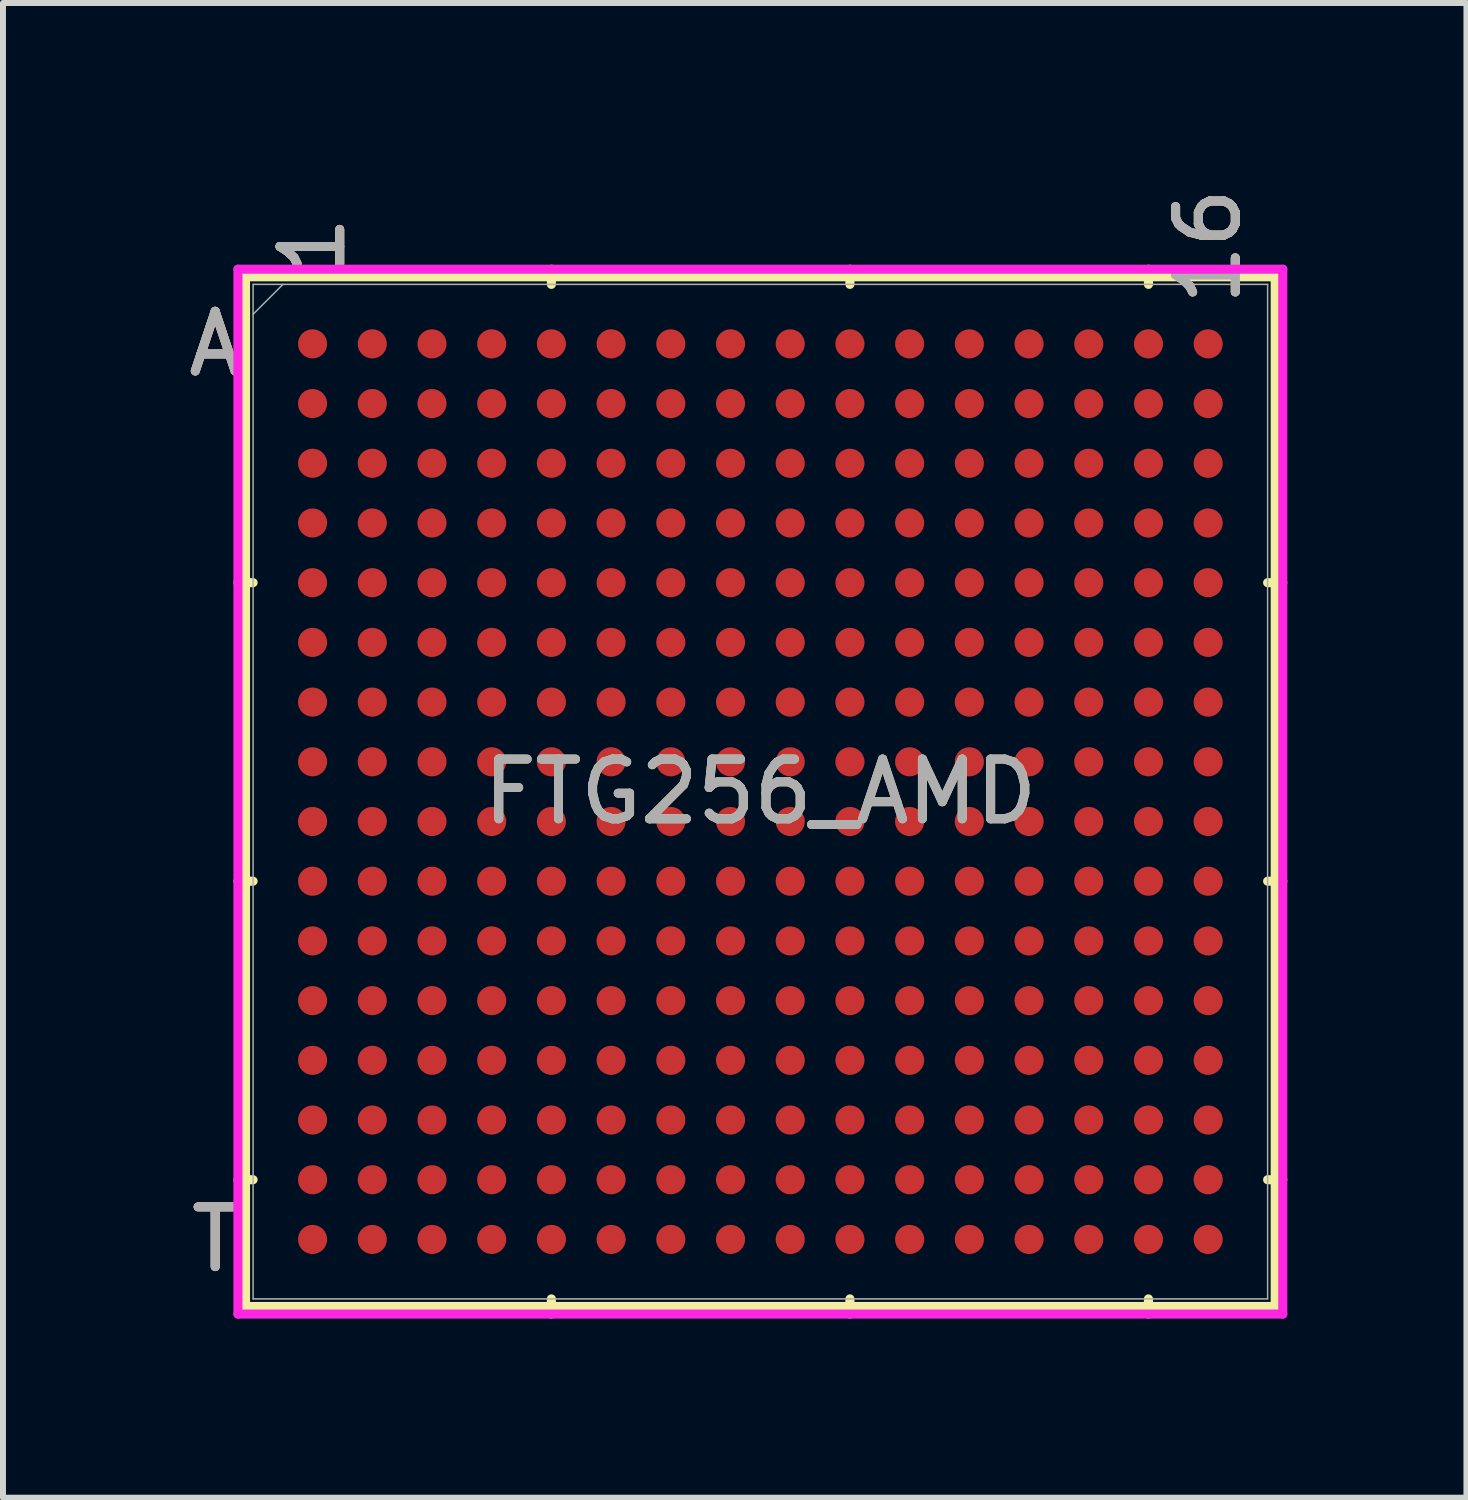
<source format=kicad_pcb>
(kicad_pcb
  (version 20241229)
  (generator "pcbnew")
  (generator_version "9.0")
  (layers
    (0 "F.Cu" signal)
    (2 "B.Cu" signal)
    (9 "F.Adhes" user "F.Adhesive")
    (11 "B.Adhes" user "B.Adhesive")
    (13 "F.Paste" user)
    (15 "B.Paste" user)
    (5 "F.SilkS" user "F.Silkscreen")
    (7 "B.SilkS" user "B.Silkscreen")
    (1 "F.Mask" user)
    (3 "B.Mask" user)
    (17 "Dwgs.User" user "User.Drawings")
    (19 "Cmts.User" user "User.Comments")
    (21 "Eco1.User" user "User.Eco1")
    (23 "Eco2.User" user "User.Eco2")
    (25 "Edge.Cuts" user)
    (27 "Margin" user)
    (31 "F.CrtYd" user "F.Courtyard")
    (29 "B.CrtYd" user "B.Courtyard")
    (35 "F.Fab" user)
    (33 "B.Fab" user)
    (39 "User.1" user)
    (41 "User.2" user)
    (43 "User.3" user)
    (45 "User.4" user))
  (footprint "FTG256_AMD"
    (layer "F.Cu")
    (at 9.685 10.209)
    (property "Reference" "FTG256_AMD" (at 0 0 0) (unlocked yes) (layer "F.SilkS") (effects (font (size 1 1) (thickness 0.15))))
    (attr smd)
    (fp_line (start -8.623 -8.623) (end -8.623 8.623) (stroke (width 0.152) (type solid)) (layer "F.SilkS"))
    (fp_line (start -8.623 8.623) (end 8.623 8.623) (stroke (width 0.152) (type solid)) (layer "F.SilkS"))
    (fp_line (start -8.496 -3.5) (end -8.75 -3.5) (stroke (width 0.152) (type solid)) (layer "F.SilkS"))
    (fp_line (start -8.496 1.5) (end -8.75 1.5) (stroke (width 0.152) (type solid)) (layer "F.SilkS"))
    (fp_line (start -8.496 6.5) (end -8.75 6.5) (stroke (width 0.152) (type solid)) (layer "F.SilkS"))
    (fp_line (start -3.5 -8.496) (end -3.5 -8.75) (stroke (width 0.152) (type solid)) (layer "F.SilkS"))
    (fp_line (start -3.5 8.496) (end -3.5 8.75) (stroke (width 0.152) (type solid)) (layer "F.SilkS"))
    (fp_line (start 1.5 -8.496) (end 1.5 -8.75) (stroke (width 0.152) (type solid)) (layer "F.SilkS"))
    (fp_line (start 1.5 8.496) (end 1.5 8.75) (stroke (width 0.152) (type solid)) (layer "F.SilkS"))
    (fp_line (start 6.5 -8.496) (end 6.5 -8.75) (stroke (width 0.152) (type solid)) (layer "F.SilkS"))
    (fp_line (start 6.5 8.496) (end 6.5 8.75) (stroke (width 0.152) (type solid)) (layer "F.SilkS"))
    (fp_line (start 8.496 -3.5) (end 8.75 -3.5) (stroke (width 0.152) (type solid)) (layer "F.SilkS"))
    (fp_line (start 8.496 1.5) (end 8.75 1.5) (stroke (width 0.152) (type solid)) (layer "F.SilkS"))
    (fp_line (start 8.496 6.5) (end 8.75 6.5) (stroke (width 0.152) (type solid)) (layer "F.SilkS"))
    (fp_line (start 8.623 -8.623) (end -8.623 -8.623) (stroke (width 0.152) (type solid)) (layer "F.SilkS"))
    (fp_line (start 8.623 8.623) (end 8.623 -8.623) (stroke (width 0.152) (type solid)) (layer "F.SilkS"))
    (fp_poly (pts (xy -8.508 -8.508) (xy 8.508 -8.508) (xy 8.508 8.508) (xy -8.508 8.508)) (stroke (width 0.1) (type solid)) (fill no) (layer "Eco2.User"))
    (fp_line (start -8.75 -8.75) (end 8.75 -8.75) (stroke (width 0.152) (type solid)) (layer "F.CrtYd"))
    (fp_line (start -8.75 8.75) (end -8.75 -8.75) (stroke (width 0.152) (type solid)) (layer "F.CrtYd"))
    (fp_line (start 8.75 -8.75) (end 8.75 8.75) (stroke (width 0.152) (type solid)) (layer "F.CrtYd"))
    (fp_line (start 8.75 8.75) (end -8.75 8.75) (stroke (width 0.152) (type solid)) (layer "F.CrtYd"))
    (fp_line (start -8.496 -8.496) (end -8.496 8.496) (stroke (width 0.025) (type solid)) (layer "F.Fab"))
    (fp_line (start -8.496 8.496) (end 8.496 8.496) (stroke (width 0.025) (type solid)) (layer "F.Fab"))
    (fp_line (start -7.996 -8.496) (end -8.496 -7.996) (stroke (width 0.025) (type solid)) (layer "F.Fab"))
    (fp_line (start 8.496 -8.496) (end -8.496 -8.496) (stroke (width 0.025) (type solid)) (layer "F.Fab"))
    (fp_line (start 8.496 8.496) (end 8.496 -8.496) (stroke (width 0.025) (type solid)) (layer "F.Fab"))
    (fp_text user "T" (at -9.131 7.5 0) (unlocked yes) (layer "F.SilkS") (effects (font (size 1 1) (thickness 0.15))))
    (fp_text user "1" (at -7.5 -9.131 90) (unlocked yes) (layer "F.SilkS") (effects (font (size 1 1) (thickness 0.15))))
    (fp_text user "A" (at -9.131 -7.5 0) (unlocked yes) (layer "F.SilkS") (effects (font (size 1 1) (thickness 0.15))))
    (fp_text user "16" (at 7.5 -9.131 90) (unlocked yes) (layer "F.SilkS") (effects (font (size 1 1) (thickness 0.15))))
    (fp_text user "1" (at -7.5 -9.131 90) (unlocked yes) (layer "B.SilkS") (effects (font (size 1 1) (thickness 0.15))))
    (fp_text user "16" (at 7.5 -9.131 90) (unlocked yes) (layer "B.SilkS") (effects (font (size 1 1) (thickness 0.15))))
    (fp_text user "A" (at -9.131 -7.5 0) (unlocked yes) (layer "B.SilkS") (effects (font (size 1 1) (thickness 0.15))))
    (fp_text user "T" (at -9.131 7.5 0) (unlocked yes) (layer "B.SilkS") (effects (font (size 1 1) (thickness 0.15))))
    (fp_text user "${REFERENCE}" (at 0 0 0) (unlocked yes) (layer "F.Fab") (effects (font (size 1 1) (thickness 0.15))))
    (fp_text user "1" (at -7.5 -9.131 90) (unlocked yes) (layer "F.Fab") (effects (font (size 1 1) (thickness 0.15))))
    (fp_text user "T" (at -9.131 7.5 0) (unlocked yes) (layer "F.Fab") (effects (font (size 1 1) (thickness 0.15))))
    (fp_text user "A" (at -9.131 -7.5 0) (unlocked yes) (layer "F.Fab") (effects (font (size 1 1) (thickness 0.15))))
    (fp_text user "16" (at 7.5 -9.131 90) (unlocked yes) (layer "F.Fab") (effects (font (size 1 1) (thickness 0.15))))
    (pad "A1" smd circle (at -7.5 -7.5) (size 0.488 0.488) (layers "F.Cu" "F.Mask" "F.Paste"))
    (pad "A2" smd circle (at -6.5 -7.5) (size 0.488 0.488) (layers "F.Cu" "F.Mask" "F.Paste"))
    (pad "A3" smd circle (at -5.5 -7.5) (size 0.488 0.488) (layers "F.Cu" "F.Mask" "F.Paste"))
    (pad "A4" smd circle (at -4.5 -7.5) (size 0.488 0.488) (layers "F.Cu" "F.Mask" "F.Paste"))
    (pad "A5" smd circle (at -3.5 -7.5) (size 0.488 0.488) (layers "F.Cu" "F.Mask" "F.Paste"))
    (pad "A6" smd circle (at -2.5 -7.5) (size 0.488 0.488) (layers "F.Cu" "F.Mask" "F.Paste"))
    (pad "A7" smd circle (at -1.5 -7.5) (size 0.488 0.488) (layers "F.Cu" "F.Mask" "F.Paste"))
    (pad "A8" smd circle (at -0.5 -7.5) (size 0.488 0.488) (layers "F.Cu" "F.Mask" "F.Paste"))
    (pad "A9" smd circle (at 0.5 -7.5) (size 0.488 0.488) (layers "F.Cu" "F.Mask" "F.Paste"))
    (pad "A10" smd circle (at 1.5 -7.5) (size 0.488 0.488) (layers "F.Cu" "F.Mask" "F.Paste"))
    (pad "A11" smd circle (at 2.5 -7.5) (size 0.488 0.488) (layers "F.Cu" "F.Mask" "F.Paste"))
    (pad "A12" smd circle (at 3.5 -7.5) (size 0.488 0.488) (layers "F.Cu" "F.Mask" "F.Paste"))
    (pad "A13" smd circle (at 4.5 -7.5) (size 0.488 0.488) (layers "F.Cu" "F.Mask" "F.Paste"))
    (pad "A14" smd circle (at 5.5 -7.5) (size 0.488 0.488) (layers "F.Cu" "F.Mask" "F.Paste"))
    (pad "A15" smd circle (at 6.5 -7.5) (size 0.488 0.488) (layers "F.Cu" "F.Mask" "F.Paste"))
    (pad "A16" smd circle (at 7.5 -7.5) (size 0.488 0.488) (layers "F.Cu" "F.Mask" "F.Paste"))
    (pad "B1" smd circle (at -7.5 -6.5) (size 0.488 0.488) (layers "F.Cu" "F.Mask" "F.Paste"))
    (pad "B2" smd circle (at -6.5 -6.5) (size 0.488 0.488) (layers "F.Cu" "F.Mask" "F.Paste"))
    (pad "B3" smd circle (at -5.5 -6.5) (size 0.488 0.488) (layers "F.Cu" "F.Mask" "F.Paste"))
    (pad "B4" smd circle (at -4.5 -6.5) (size 0.488 0.488) (layers "F.Cu" "F.Mask" "F.Paste"))
    (pad "B5" smd circle (at -3.5 -6.5) (size 0.488 0.488) (layers "F.Cu" "F.Mask" "F.Paste"))
    (pad "B6" smd circle (at -2.5 -6.5) (size 0.488 0.488) (layers "F.Cu" "F.Mask" "F.Paste"))
    (pad "B7" smd circle (at -1.5 -6.5) (size 0.488 0.488) (layers "F.Cu" "F.Mask" "F.Paste"))
    (pad "B8" smd circle (at -0.5 -6.5) (size 0.488 0.488) (layers "F.Cu" "F.Mask" "F.Paste"))
    (pad "B9" smd circle (at 0.5 -6.5) (size 0.488 0.488) (layers "F.Cu" "F.Mask" "F.Paste"))
    (pad "B10" smd circle (at 1.5 -6.5) (size 0.488 0.488) (layers "F.Cu" "F.Mask" "F.Paste"))
    (pad "B11" smd circle (at 2.5 -6.5) (size 0.488 0.488) (layers "F.Cu" "F.Mask" "F.Paste"))
    (pad "B12" smd circle (at 3.5 -6.5) (size 0.488 0.488) (layers "F.Cu" "F.Mask" "F.Paste"))
    (pad "B13" smd circle (at 4.5 -6.5) (size 0.488 0.488) (layers "F.Cu" "F.Mask" "F.Paste"))
    (pad "B14" smd circle (at 5.5 -6.5) (size 0.488 0.488) (layers "F.Cu" "F.Mask" "F.Paste"))
    (pad "B15" smd circle (at 6.5 -6.5) (size 0.488 0.488) (layers "F.Cu" "F.Mask" "F.Paste"))
    (pad "B16" smd circle (at 7.5 -6.5) (size 0.488 0.488) (layers "F.Cu" "F.Mask" "F.Paste"))
    (pad "C1" smd circle (at -7.5 -5.5) (size 0.488 0.488) (layers "F.Cu" "F.Mask" "F.Paste"))
    (pad "C2" smd circle (at -6.5 -5.5) (size 0.488 0.488) (layers "F.Cu" "F.Mask" "F.Paste"))
    (pad "C3" smd circle (at -5.5 -5.5) (size 0.488 0.488) (layers "F.Cu" "F.Mask" "F.Paste"))
    (pad "C4" smd circle (at -4.5 -5.5) (size 0.488 0.488) (layers "F.Cu" "F.Mask" "F.Paste"))
    (pad "C5" smd circle (at -3.5 -5.5) (size 0.488 0.488) (layers "F.Cu" "F.Mask" "F.Paste"))
    (pad "C6" smd circle (at -2.5 -5.5) (size 0.488 0.488) (layers "F.Cu" "F.Mask" "F.Paste"))
    (pad "C7" smd circle (at -1.5 -5.5) (size 0.488 0.488) (layers "F.Cu" "F.Mask" "F.Paste"))
    (pad "C8" smd circle (at -0.5 -5.5) (size 0.488 0.488) (layers "F.Cu" "F.Mask" "F.Paste"))
    (pad "C9" smd circle (at 0.5 -5.5) (size 0.488 0.488) (layers "F.Cu" "F.Mask" "F.Paste"))
    (pad "C10" smd circle (at 1.5 -5.5) (size 0.488 0.488) (layers "F.Cu" "F.Mask" "F.Paste"))
    (pad "C11" smd circle (at 2.5 -5.5) (size 0.488 0.488) (layers "F.Cu" "F.Mask" "F.Paste"))
    (pad "C12" smd circle (at 3.5 -5.5) (size 0.488 0.488) (layers "F.Cu" "F.Mask" "F.Paste"))
    (pad "C13" smd circle (at 4.5 -5.5) (size 0.488 0.488) (layers "F.Cu" "F.Mask" "F.Paste"))
    (pad "C14" smd circle (at 5.5 -5.5) (size 0.488 0.488) (layers "F.Cu" "F.Mask" "F.Paste"))
    (pad "C15" smd circle (at 6.5 -5.5) (size 0.488 0.488) (layers "F.Cu" "F.Mask" "F.Paste"))
    (pad "C16" smd circle (at 7.5 -5.5) (size 0.488 0.488) (layers "F.Cu" "F.Mask" "F.Paste"))
    (pad "D1" smd circle (at -7.5 -4.5) (size 0.488 0.488) (layers "F.Cu" "F.Mask" "F.Paste"))
    (pad "D2" smd circle (at -6.5 -4.5) (size 0.488 0.488) (layers "F.Cu" "F.Mask" "F.Paste"))
    (pad "D3" smd circle (at -5.5 -4.5) (size 0.488 0.488) (layers "F.Cu" "F.Mask" "F.Paste"))
    (pad "D4" smd circle (at -4.5 -4.5) (size 0.488 0.488) (layers "F.Cu" "F.Mask" "F.Paste"))
    (pad "D5" smd circle (at -3.5 -4.5) (size 0.488 0.488) (layers "F.Cu" "F.Mask" "F.Paste"))
    (pad "D6" smd circle (at -2.5 -4.5) (size 0.488 0.488) (layers "F.Cu" "F.Mask" "F.Paste"))
    (pad "D7" smd circle (at -1.5 -4.5) (size 0.488 0.488) (layers "F.Cu" "F.Mask" "F.Paste"))
    (pad "D8" smd circle (at -0.5 -4.5) (size 0.488 0.488) (layers "F.Cu" "F.Mask" "F.Paste"))
    (pad "D9" smd circle (at 0.5 -4.5) (size 0.488 0.488) (layers "F.Cu" "F.Mask" "F.Paste"))
    (pad "D10" smd circle (at 1.5 -4.5) (size 0.488 0.488) (layers "F.Cu" "F.Mask" "F.Paste"))
    (pad "D11" smd circle (at 2.5 -4.5) (size 0.488 0.488) (layers "F.Cu" "F.Mask" "F.Paste"))
    (pad "D12" smd circle (at 3.5 -4.5) (size 0.488 0.488) (layers "F.Cu" "F.Mask" "F.Paste"))
    (pad "D13" smd circle (at 4.5 -4.5) (size 0.488 0.488) (layers "F.Cu" "F.Mask" "F.Paste"))
    (pad "D14" smd circle (at 5.5 -4.5) (size 0.488 0.488) (layers "F.Cu" "F.Mask" "F.Paste"))
    (pad "D15" smd circle (at 6.5 -4.5) (size 0.488 0.488) (layers "F.Cu" "F.Mask" "F.Paste"))
    (pad "D16" smd circle (at 7.5 -4.5) (size 0.488 0.488) (layers "F.Cu" "F.Mask" "F.Paste"))
    (pad "E1" smd circle (at -7.5 -3.5) (size 0.488 0.488) (layers "F.Cu" "F.Mask" "F.Paste"))
    (pad "E2" smd circle (at -6.5 -3.5) (size 0.488 0.488) (layers "F.Cu" "F.Mask" "F.Paste"))
    (pad "E3" smd circle (at -5.5 -3.5) (size 0.488 0.488) (layers "F.Cu" "F.Mask" "F.Paste"))
    (pad "E4" smd circle (at -4.5 -3.5) (size 0.488 0.488) (layers "F.Cu" "F.Mask" "F.Paste"))
    (pad "E5" smd circle (at -3.5 -3.5) (size 0.488 0.488) (layers "F.Cu" "F.Mask" "F.Paste"))
    (pad "E6" smd circle (at -2.5 -3.5) (size 0.488 0.488) (layers "F.Cu" "F.Mask" "F.Paste"))
    (pad "E7" smd circle (at -1.5 -3.5) (size 0.488 0.488) (layers "F.Cu" "F.Mask" "F.Paste"))
    (pad "E8" smd circle (at -0.5 -3.5) (size 0.488 0.488) (layers "F.Cu" "F.Mask" "F.Paste"))
    (pad "E9" smd circle (at 0.5 -3.5) (size 0.488 0.488) (layers "F.Cu" "F.Mask" "F.Paste"))
    (pad "E10" smd circle (at 1.5 -3.5) (size 0.488 0.488) (layers "F.Cu" "F.Mask" "F.Paste"))
    (pad "E11" smd circle (at 2.5 -3.5) (size 0.488 0.488) (layers "F.Cu" "F.Mask" "F.Paste"))
    (pad "E12" smd circle (at 3.5 -3.5) (size 0.488 0.488) (layers "F.Cu" "F.Mask" "F.Paste"))
    (pad "E13" smd circle (at 4.5 -3.5) (size 0.488 0.488) (layers "F.Cu" "F.Mask" "F.Paste"))
    (pad "E14" smd circle (at 5.5 -3.5) (size 0.488 0.488) (layers "F.Cu" "F.Mask" "F.Paste"))
    (pad "E15" smd circle (at 6.5 -3.5) (size 0.488 0.488) (layers "F.Cu" "F.Mask" "F.Paste"))
    (pad "E16" smd circle (at 7.5 -3.5) (size 0.488 0.488) (layers "F.Cu" "F.Mask" "F.Paste"))
    (pad "F1" smd circle (at -7.5 -2.5) (size 0.488 0.488) (layers "F.Cu" "F.Mask" "F.Paste"))
    (pad "F2" smd circle (at -6.5 -2.5) (size 0.488 0.488) (layers "F.Cu" "F.Mask" "F.Paste"))
    (pad "F3" smd circle (at -5.5 -2.5) (size 0.488 0.488) (layers "F.Cu" "F.Mask" "F.Paste"))
    (pad "F4" smd circle (at -4.5 -2.5) (size 0.488 0.488) (layers "F.Cu" "F.Mask" "F.Paste"))
    (pad "F5" smd circle (at -3.5 -2.5) (size 0.488 0.488) (layers "F.Cu" "F.Mask" "F.Paste"))
    (pad "F6" smd circle (at -2.5 -2.5) (size 0.488 0.488) (layers "F.Cu" "F.Mask" "F.Paste"))
    (pad "F7" smd circle (at -1.5 -2.5) (size 0.488 0.488) (layers "F.Cu" "F.Mask" "F.Paste"))
    (pad "F8" smd circle (at -0.5 -2.5) (size 0.488 0.488) (layers "F.Cu" "F.Mask" "F.Paste"))
    (pad "F9" smd circle (at 0.5 -2.5) (size 0.488 0.488) (layers "F.Cu" "F.Mask" "F.Paste"))
    (pad "F10" smd circle (at 1.5 -2.5) (size 0.488 0.488) (layers "F.Cu" "F.Mask" "F.Paste"))
    (pad "F11" smd circle (at 2.5 -2.5) (size 0.488 0.488) (layers "F.Cu" "F.Mask" "F.Paste"))
    (pad "F12" smd circle (at 3.5 -2.5) (size 0.488 0.488) (layers "F.Cu" "F.Mask" "F.Paste"))
    (pad "F13" smd circle (at 4.5 -2.5) (size 0.488 0.488) (layers "F.Cu" "F.Mask" "F.Paste"))
    (pad "F14" smd circle (at 5.5 -2.5) (size 0.488 0.488) (layers "F.Cu" "F.Mask" "F.Paste"))
    (pad "F15" smd circle (at 6.5 -2.5) (size 0.488 0.488) (layers "F.Cu" "F.Mask" "F.Paste"))
    (pad "F16" smd circle (at 7.5 -2.5) (size 0.488 0.488) (layers "F.Cu" "F.Mask" "F.Paste"))
    (pad "G1" smd circle (at -7.5 -1.5) (size 0.488 0.488) (layers "F.Cu" "F.Mask" "F.Paste"))
    (pad "G2" smd circle (at -6.5 -1.5) (size 0.488 0.488) (layers "F.Cu" "F.Mask" "F.Paste"))
    (pad "G3" smd circle (at -5.5 -1.5) (size 0.488 0.488) (layers "F.Cu" "F.Mask" "F.Paste"))
    (pad "G4" smd circle (at -4.5 -1.5) (size 0.488 0.488) (layers "F.Cu" "F.Mask" "F.Paste"))
    (pad "G5" smd circle (at -3.5 -1.5) (size 0.488 0.488) (layers "F.Cu" "F.Mask" "F.Paste"))
    (pad "G6" smd circle (at -2.5 -1.5) (size 0.488 0.488) (layers "F.Cu" "F.Mask" "F.Paste"))
    (pad "G7" smd circle (at -1.5 -1.5) (size 0.488 0.488) (layers "F.Cu" "F.Mask" "F.Paste"))
    (pad "G8" smd circle (at -0.5 -1.5) (size 0.488 0.488) (layers "F.Cu" "F.Mask" "F.Paste"))
    (pad "G9" smd circle (at 0.5 -1.5) (size 0.488 0.488) (layers "F.Cu" "F.Mask" "F.Paste"))
    (pad "G10" smd circle (at 1.5 -1.5) (size 0.488 0.488) (layers "F.Cu" "F.Mask" "F.Paste"))
    (pad "G11" smd circle (at 2.5 -1.5) (size 0.488 0.488) (layers "F.Cu" "F.Mask" "F.Paste"))
    (pad "G12" smd circle (at 3.5 -1.5) (size 0.488 0.488) (layers "F.Cu" "F.Mask" "F.Paste"))
    (pad "G13" smd circle (at 4.5 -1.5) (size 0.488 0.488) (layers "F.Cu" "F.Mask" "F.Paste"))
    (pad "G14" smd circle (at 5.5 -1.5) (size 0.488 0.488) (layers "F.Cu" "F.Mask" "F.Paste"))
    (pad "G15" smd circle (at 6.5 -1.5) (size 0.488 0.488) (layers "F.Cu" "F.Mask" "F.Paste"))
    (pad "G16" smd circle (at 7.5 -1.5) (size 0.488 0.488) (layers "F.Cu" "F.Mask" "F.Paste"))
    (pad "H1" smd circle (at -7.5 -0.5) (size 0.488 0.488) (layers "F.Cu" "F.Mask" "F.Paste"))
    (pad "H2" smd circle (at -6.5 -0.5) (size 0.488 0.488) (layers "F.Cu" "F.Mask" "F.Paste"))
    (pad "H3" smd circle (at -5.5 -0.5) (size 0.488 0.488) (layers "F.Cu" "F.Mask" "F.Paste"))
    (pad "H4" smd circle (at -4.5 -0.5) (size 0.488 0.488) (layers "F.Cu" "F.Mask" "F.Paste"))
    (pad "H5" smd circle (at -3.5 -0.5) (size 0.488 0.488) (layers "F.Cu" "F.Mask" "F.Paste"))
    (pad "H6" smd circle (at -2.5 -0.5) (size 0.488 0.488) (layers "F.Cu" "F.Mask" "F.Paste"))
    (pad "H7" smd circle (at -1.5 -0.5) (size 0.488 0.488) (layers "F.Cu" "F.Mask" "F.Paste"))
    (pad "H8" smd circle (at -0.5 -0.5) (size 0.488 0.488) (layers "F.Cu" "F.Mask" "F.Paste"))
    (pad "H9" smd circle (at 0.5 -0.5) (size 0.488 0.488) (layers "F.Cu" "F.Mask" "F.Paste"))
    (pad "H10" smd circle (at 1.5 -0.5) (size 0.488 0.488) (layers "F.Cu" "F.Mask" "F.Paste"))
    (pad "H11" smd circle (at 2.5 -0.5) (size 0.488 0.488) (layers "F.Cu" "F.Mask" "F.Paste"))
    (pad "H12" smd circle (at 3.5 -0.5) (size 0.488 0.488) (layers "F.Cu" "F.Mask" "F.Paste"))
    (pad "H13" smd circle (at 4.5 -0.5) (size 0.488 0.488) (layers "F.Cu" "F.Mask" "F.Paste"))
    (pad "H14" smd circle (at 5.5 -0.5) (size 0.488 0.488) (layers "F.Cu" "F.Mask" "F.Paste"))
    (pad "H15" smd circle (at 6.5 -0.5) (size 0.488 0.488) (layers "F.Cu" "F.Mask" "F.Paste"))
    (pad "H16" smd circle (at 7.5 -0.5) (size 0.488 0.488) (layers "F.Cu" "F.Mask" "F.Paste"))
    (pad "J1" smd circle (at -7.5 0.5) (size 0.488 0.488) (layers "F.Cu" "F.Mask" "F.Paste"))
    (pad "J2" smd circle (at -6.5 0.5) (size 0.488 0.488) (layers "F.Cu" "F.Mask" "F.Paste"))
    (pad "J3" smd circle (at -5.5 0.5) (size 0.488 0.488) (layers "F.Cu" "F.Mask" "F.Paste"))
    (pad "J4" smd circle (at -4.5 0.5) (size 0.488 0.488) (layers "F.Cu" "F.Mask" "F.Paste"))
    (pad "J5" smd circle (at -3.5 0.5) (size 0.488 0.488) (layers "F.Cu" "F.Mask" "F.Paste"))
    (pad "J6" smd circle (at -2.5 0.5) (size 0.488 0.488) (layers "F.Cu" "F.Mask" "F.Paste"))
    (pad "J7" smd circle (at -1.5 0.5) (size 0.488 0.488) (layers "F.Cu" "F.Mask" "F.Paste"))
    (pad "J8" smd circle (at -0.5 0.5) (size 0.488 0.488) (layers "F.Cu" "F.Mask" "F.Paste"))
    (pad "J9" smd circle (at 0.5 0.5) (size 0.488 0.488) (layers "F.Cu" "F.Mask" "F.Paste"))
    (pad "J10" smd circle (at 1.5 0.5) (size 0.488 0.488) (layers "F.Cu" "F.Mask" "F.Paste"))
    (pad "J11" smd circle (at 2.5 0.5) (size 0.488 0.488) (layers "F.Cu" "F.Mask" "F.Paste"))
    (pad "J12" smd circle (at 3.5 0.5) (size 0.488 0.488) (layers "F.Cu" "F.Mask" "F.Paste"))
    (pad "J13" smd circle (at 4.5 0.5) (size 0.488 0.488) (layers "F.Cu" "F.Mask" "F.Paste"))
    (pad "J14" smd circle (at 5.5 0.5) (size 0.488 0.488) (layers "F.Cu" "F.Mask" "F.Paste"))
    (pad "J15" smd circle (at 6.5 0.5) (size 0.488 0.488) (layers "F.Cu" "F.Mask" "F.Paste"))
    (pad "J16" smd circle (at 7.5 0.5) (size 0.488 0.488) (layers "F.Cu" "F.Mask" "F.Paste"))
    (pad "K1" smd circle (at -7.5 1.5) (size 0.488 0.488) (layers "F.Cu" "F.Mask" "F.Paste"))
    (pad "K2" smd circle (at -6.5 1.5) (size 0.488 0.488) (layers "F.Cu" "F.Mask" "F.Paste"))
    (pad "K3" smd circle (at -5.5 1.5) (size 0.488 0.488) (layers "F.Cu" "F.Mask" "F.Paste"))
    (pad "K4" smd circle (at -4.5 1.5) (size 0.488 0.488) (layers "F.Cu" "F.Mask" "F.Paste"))
    (pad "K5" smd circle (at -3.5 1.5) (size 0.488 0.488) (layers "F.Cu" "F.Mask" "F.Paste"))
    (pad "K6" smd circle (at -2.5 1.5) (size 0.488 0.488) (layers "F.Cu" "F.Mask" "F.Paste"))
    (pad "K7" smd circle (at -1.5 1.5) (size 0.488 0.488) (layers "F.Cu" "F.Mask" "F.Paste"))
    (pad "K8" smd circle (at -0.5 1.5) (size 0.488 0.488) (layers "F.Cu" "F.Mask" "F.Paste"))
    (pad "K9" smd circle (at 0.5 1.5) (size 0.488 0.488) (layers "F.Cu" "F.Mask" "F.Paste"))
    (pad "K10" smd circle (at 1.5 1.5) (size 0.488 0.488) (layers "F.Cu" "F.Mask" "F.Paste"))
    (pad "K11" smd circle (at 2.5 1.5) (size 0.488 0.488) (layers "F.Cu" "F.Mask" "F.Paste"))
    (pad "K12" smd circle (at 3.5 1.5) (size 0.488 0.488) (layers "F.Cu" "F.Mask" "F.Paste"))
    (pad "K13" smd circle (at 4.5 1.5) (size 0.488 0.488) (layers "F.Cu" "F.Mask" "F.Paste"))
    (pad "K14" smd circle (at 5.5 1.5) (size 0.488 0.488) (layers "F.Cu" "F.Mask" "F.Paste"))
    (pad "K15" smd circle (at 6.5 1.5) (size 0.488 0.488) (layers "F.Cu" "F.Mask" "F.Paste"))
    (pad "K16" smd circle (at 7.5 1.5) (size 0.488 0.488) (layers "F.Cu" "F.Mask" "F.Paste"))
    (pad "L1" smd circle (at -7.5 2.5) (size 0.488 0.488) (layers "F.Cu" "F.Mask" "F.Paste"))
    (pad "L2" smd circle (at -6.5 2.5) (size 0.488 0.488) (layers "F.Cu" "F.Mask" "F.Paste"))
    (pad "L3" smd circle (at -5.5 2.5) (size 0.488 0.488) (layers "F.Cu" "F.Mask" "F.Paste"))
    (pad "L4" smd circle (at -4.5 2.5) (size 0.488 0.488) (layers "F.Cu" "F.Mask" "F.Paste"))
    (pad "L5" smd circle (at -3.5 2.5) (size 0.488 0.488) (layers "F.Cu" "F.Mask" "F.Paste"))
    (pad "L6" smd circle (at -2.5 2.5) (size 0.488 0.488) (layers "F.Cu" "F.Mask" "F.Paste"))
    (pad "L7" smd circle (at -1.5 2.5) (size 0.488 0.488) (layers "F.Cu" "F.Mask" "F.Paste"))
    (pad "L8" smd circle (at -0.5 2.5) (size 0.488 0.488) (layers "F.Cu" "F.Mask" "F.Paste"))
    (pad "L9" smd circle (at 0.5 2.5) (size 0.488 0.488) (layers "F.Cu" "F.Mask" "F.Paste"))
    (pad "L10" smd circle (at 1.5 2.5) (size 0.488 0.488) (layers "F.Cu" "F.Mask" "F.Paste"))
    (pad "L11" smd circle (at 2.5 2.5) (size 0.488 0.488) (layers "F.Cu" "F.Mask" "F.Paste"))
    (pad "L12" smd circle (at 3.5 2.5) (size 0.488 0.488) (layers "F.Cu" "F.Mask" "F.Paste"))
    (pad "L13" smd circle (at 4.5 2.5) (size 0.488 0.488) (layers "F.Cu" "F.Mask" "F.Paste"))
    (pad "L14" smd circle (at 5.5 2.5) (size 0.488 0.488) (layers "F.Cu" "F.Mask" "F.Paste"))
    (pad "L15" smd circle (at 6.5 2.5) (size 0.488 0.488) (layers "F.Cu" "F.Mask" "F.Paste"))
    (pad "L16" smd circle (at 7.5 2.5) (size 0.488 0.488) (layers "F.Cu" "F.Mask" "F.Paste"))
    (pad "M1" smd circle (at -7.5 3.5) (size 0.488 0.488) (layers "F.Cu" "F.Mask" "F.Paste"))
    (pad "M2" smd circle (at -6.5 3.5) (size 0.488 0.488) (layers "F.Cu" "F.Mask" "F.Paste"))
    (pad "M3" smd circle (at -5.5 3.5) (size 0.488 0.488) (layers "F.Cu" "F.Mask" "F.Paste"))
    (pad "M4" smd circle (at -4.5 3.5) (size 0.488 0.488) (layers "F.Cu" "F.Mask" "F.Paste"))
    (pad "M5" smd circle (at -3.5 3.5) (size 0.488 0.488) (layers "F.Cu" "F.Mask" "F.Paste"))
    (pad "M6" smd circle (at -2.5 3.5) (size 0.488 0.488) (layers "F.Cu" "F.Mask" "F.Paste"))
    (pad "M7" smd circle (at -1.5 3.5) (size 0.488 0.488) (layers "F.Cu" "F.Mask" "F.Paste"))
    (pad "M8" smd circle (at -0.5 3.5) (size 0.488 0.488) (layers "F.Cu" "F.Mask" "F.Paste"))
    (pad "M9" smd circle (at 0.5 3.5) (size 0.488 0.488) (layers "F.Cu" "F.Mask" "F.Paste"))
    (pad "M10" smd circle (at 1.5 3.5) (size 0.488 0.488) (layers "F.Cu" "F.Mask" "F.Paste"))
    (pad "M11" smd circle (at 2.5 3.5) (size 0.488 0.488) (layers "F.Cu" "F.Mask" "F.Paste"))
    (pad "M12" smd circle (at 3.5 3.5) (size 0.488 0.488) (layers "F.Cu" "F.Mask" "F.Paste"))
    (pad "M13" smd circle (at 4.5 3.5) (size 0.488 0.488) (layers "F.Cu" "F.Mask" "F.Paste"))
    (pad "M14" smd circle (at 5.5 3.5) (size 0.488 0.488) (layers "F.Cu" "F.Mask" "F.Paste"))
    (pad "M15" smd circle (at 6.5 3.5) (size 0.488 0.488) (layers "F.Cu" "F.Mask" "F.Paste"))
    (pad "M16" smd circle (at 7.5 3.5) (size 0.488 0.488) (layers "F.Cu" "F.Mask" "F.Paste"))
    (pad "N1" smd circle (at -7.5 4.5) (size 0.488 0.488) (layers "F.Cu" "F.Mask" "F.Paste"))
    (pad "N2" smd circle (at -6.5 4.5) (size 0.488 0.488) (layers "F.Cu" "F.Mask" "F.Paste"))
    (pad "N3" smd circle (at -5.5 4.5) (size 0.488 0.488) (layers "F.Cu" "F.Mask" "F.Paste"))
    (pad "N4" smd circle (at -4.5 4.5) (size 0.488 0.488) (layers "F.Cu" "F.Mask" "F.Paste"))
    (pad "N5" smd circle (at -3.5 4.5) (size 0.488 0.488) (layers "F.Cu" "F.Mask" "F.Paste"))
    (pad "N6" smd circle (at -2.5 4.5) (size 0.488 0.488) (layers "F.Cu" "F.Mask" "F.Paste"))
    (pad "N7" smd circle (at -1.5 4.5) (size 0.488 0.488) (layers "F.Cu" "F.Mask" "F.Paste"))
    (pad "N8" smd circle (at -0.5 4.5) (size 0.488 0.488) (layers "F.Cu" "F.Mask" "F.Paste"))
    (pad "N9" smd circle (at 0.5 4.5) (size 0.488 0.488) (layers "F.Cu" "F.Mask" "F.Paste"))
    (pad "N10" smd circle (at 1.5 4.5) (size 0.488 0.488) (layers "F.Cu" "F.Mask" "F.Paste"))
    (pad "N11" smd circle (at 2.5 4.5) (size 0.488 0.488) (layers "F.Cu" "F.Mask" "F.Paste"))
    (pad "N12" smd circle (at 3.5 4.5) (size 0.488 0.488) (layers "F.Cu" "F.Mask" "F.Paste"))
    (pad "N13" smd circle (at 4.5 4.5) (size 0.488 0.488) (layers "F.Cu" "F.Mask" "F.Paste"))
    (pad "N14" smd circle (at 5.5 4.5) (size 0.488 0.488) (layers "F.Cu" "F.Mask" "F.Paste"))
    (pad "N15" smd circle (at 6.5 4.5) (size 0.488 0.488) (layers "F.Cu" "F.Mask" "F.Paste"))
    (pad "N16" smd circle (at 7.5 4.5) (size 0.488 0.488) (layers "F.Cu" "F.Mask" "F.Paste"))
    (pad "P1" smd circle (at -7.5 5.5) (size 0.488 0.488) (layers "F.Cu" "F.Mask" "F.Paste"))
    (pad "P2" smd circle (at -6.5 5.5) (size 0.488 0.488) (layers "F.Cu" "F.Mask" "F.Paste"))
    (pad "P3" smd circle (at -5.5 5.5) (size 0.488 0.488) (layers "F.Cu" "F.Mask" "F.Paste"))
    (pad "P4" smd circle (at -4.5 5.5) (size 0.488 0.488) (layers "F.Cu" "F.Mask" "F.Paste"))
    (pad "P5" smd circle (at -3.5 5.5) (size 0.488 0.488) (layers "F.Cu" "F.Mask" "F.Paste"))
    (pad "P6" smd circle (at -2.5 5.5) (size 0.488 0.488) (layers "F.Cu" "F.Mask" "F.Paste"))
    (pad "P7" smd circle (at -1.5 5.5) (size 0.488 0.488) (layers "F.Cu" "F.Mask" "F.Paste"))
    (pad "P8" smd circle (at -0.5 5.5) (size 0.488 0.488) (layers "F.Cu" "F.Mask" "F.Paste"))
    (pad "P9" smd circle (at 0.5 5.5) (size 0.488 0.488) (layers "F.Cu" "F.Mask" "F.Paste"))
    (pad "P10" smd circle (at 1.5 5.5) (size 0.488 0.488) (layers "F.Cu" "F.Mask" "F.Paste"))
    (pad "P11" smd circle (at 2.5 5.5) (size 0.488 0.488) (layers "F.Cu" "F.Mask" "F.Paste"))
    (pad "P12" smd circle (at 3.5 5.5) (size 0.488 0.488) (layers "F.Cu" "F.Mask" "F.Paste"))
    (pad "P13" smd circle (at 4.5 5.5) (size 0.488 0.488) (layers "F.Cu" "F.Mask" "F.Paste"))
    (pad "P14" smd circle (at 5.5 5.5) (size 0.488 0.488) (layers "F.Cu" "F.Mask" "F.Paste"))
    (pad "P15" smd circle (at 6.5 5.5) (size 0.488 0.488) (layers "F.Cu" "F.Mask" "F.Paste"))
    (pad "P16" smd circle (at 7.5 5.5) (size 0.488 0.488) (layers "F.Cu" "F.Mask" "F.Paste"))
    (pad "R1" smd circle (at -7.5 6.5) (size 0.488 0.488) (layers "F.Cu" "F.Mask" "F.Paste"))
    (pad "R2" smd circle (at -6.5 6.5) (size 0.488 0.488) (layers "F.Cu" "F.Mask" "F.Paste"))
    (pad "R3" smd circle (at -5.5 6.5) (size 0.488 0.488) (layers "F.Cu" "F.Mask" "F.Paste"))
    (pad "R4" smd circle (at -4.5 6.5) (size 0.488 0.488) (layers "F.Cu" "F.Mask" "F.Paste"))
    (pad "R5" smd circle (at -3.5 6.5) (size 0.488 0.488) (layers "F.Cu" "F.Mask" "F.Paste"))
    (pad "R6" smd circle (at -2.5 6.5) (size 0.488 0.488) (layers "F.Cu" "F.Mask" "F.Paste"))
    (pad "R7" smd circle (at -1.5 6.5) (size 0.488 0.488) (layers "F.Cu" "F.Mask" "F.Paste"))
    (pad "R8" smd circle (at -0.5 6.5) (size 0.488 0.488) (layers "F.Cu" "F.Mask" "F.Paste"))
    (pad "R9" smd circle (at 0.5 6.5) (size 0.488 0.488) (layers "F.Cu" "F.Mask" "F.Paste"))
    (pad "R10" smd circle (at 1.5 6.5) (size 0.488 0.488) (layers "F.Cu" "F.Mask" "F.Paste"))
    (pad "R11" smd circle (at 2.5 6.5) (size 0.488 0.488) (layers "F.Cu" "F.Mask" "F.Paste"))
    (pad "R12" smd circle (at 3.5 6.5) (size 0.488 0.488) (layers "F.Cu" "F.Mask" "F.Paste"))
    (pad "R13" smd circle (at 4.5 6.5) (size 0.488 0.488) (layers "F.Cu" "F.Mask" "F.Paste"))
    (pad "R14" smd circle (at 5.5 6.5) (size 0.488 0.488) (layers "F.Cu" "F.Mask" "F.Paste"))
    (pad "R15" smd circle (at 6.5 6.5) (size 0.488 0.488) (layers "F.Cu" "F.Mask" "F.Paste"))
    (pad "R16" smd circle (at 7.5 6.5) (size 0.488 0.488) (layers "F.Cu" "F.Mask" "F.Paste"))
    (pad "T1" smd circle (at -7.5 7.5) (size 0.488 0.488) (layers "F.Cu" "F.Mask" "F.Paste"))
    (pad "T2" smd circle (at -6.5 7.5) (size 0.488 0.488) (layers "F.Cu" "F.Mask" "F.Paste"))
    (pad "T3" smd circle (at -5.5 7.5) (size 0.488 0.488) (layers "F.Cu" "F.Mask" "F.Paste"))
    (pad "T4" smd circle (at -4.5 7.5) (size 0.488 0.488) (layers "F.Cu" "F.Mask" "F.Paste"))
    (pad "T5" smd circle (at -3.5 7.5) (size 0.488 0.488) (layers "F.Cu" "F.Mask" "F.Paste"))
    (pad "T6" smd circle (at -2.5 7.5) (size 0.488 0.488) (layers "F.Cu" "F.Mask" "F.Paste"))
    (pad "T7" smd circle (at -1.5 7.5) (size 0.488 0.488) (layers "F.Cu" "F.Mask" "F.Paste"))
    (pad "T8" smd circle (at -0.5 7.5) (size 0.488 0.488) (layers "F.Cu" "F.Mask" "F.Paste"))
    (pad "T9" smd circle (at 0.5 7.5) (size 0.488 0.488) (layers "F.Cu" "F.Mask" "F.Paste"))
    (pad "T10" smd circle (at 1.5 7.5) (size 0.488 0.488) (layers "F.Cu" "F.Mask" "F.Paste"))
    (pad "T11" smd circle (at 2.5 7.5) (size 0.488 0.488) (layers "F.Cu" "F.Mask" "F.Paste"))
    (pad "T12" smd circle (at 3.5 7.5) (size 0.488 0.488) (layers "F.Cu" "F.Mask" "F.Paste"))
    (pad "T13" smd circle (at 4.5 7.5) (size 0.488 0.488) (layers "F.Cu" "F.Mask" "F.Paste"))
    (pad "T14" smd circle (at 5.5 7.5) (size 0.488 0.488) (layers "F.Cu" "F.Mask" "F.Paste"))
    (pad "T15" smd circle (at 6.5 7.5) (size 0.488 0.488) (layers "F.Cu" "F.Mask" "F.Paste"))
    (pad "T16" smd circle (at 7.5 7.5) (size 0.488 0.488) (layers "F.Cu" "F.Mask" "F.Paste")))
  (gr_rect
    (start -3 -3)
    (end 21.511 22.035)
    (stroke (width 0.1) (type default))
    (fill no)
    (layer "Edge.Cuts")))
</source>
